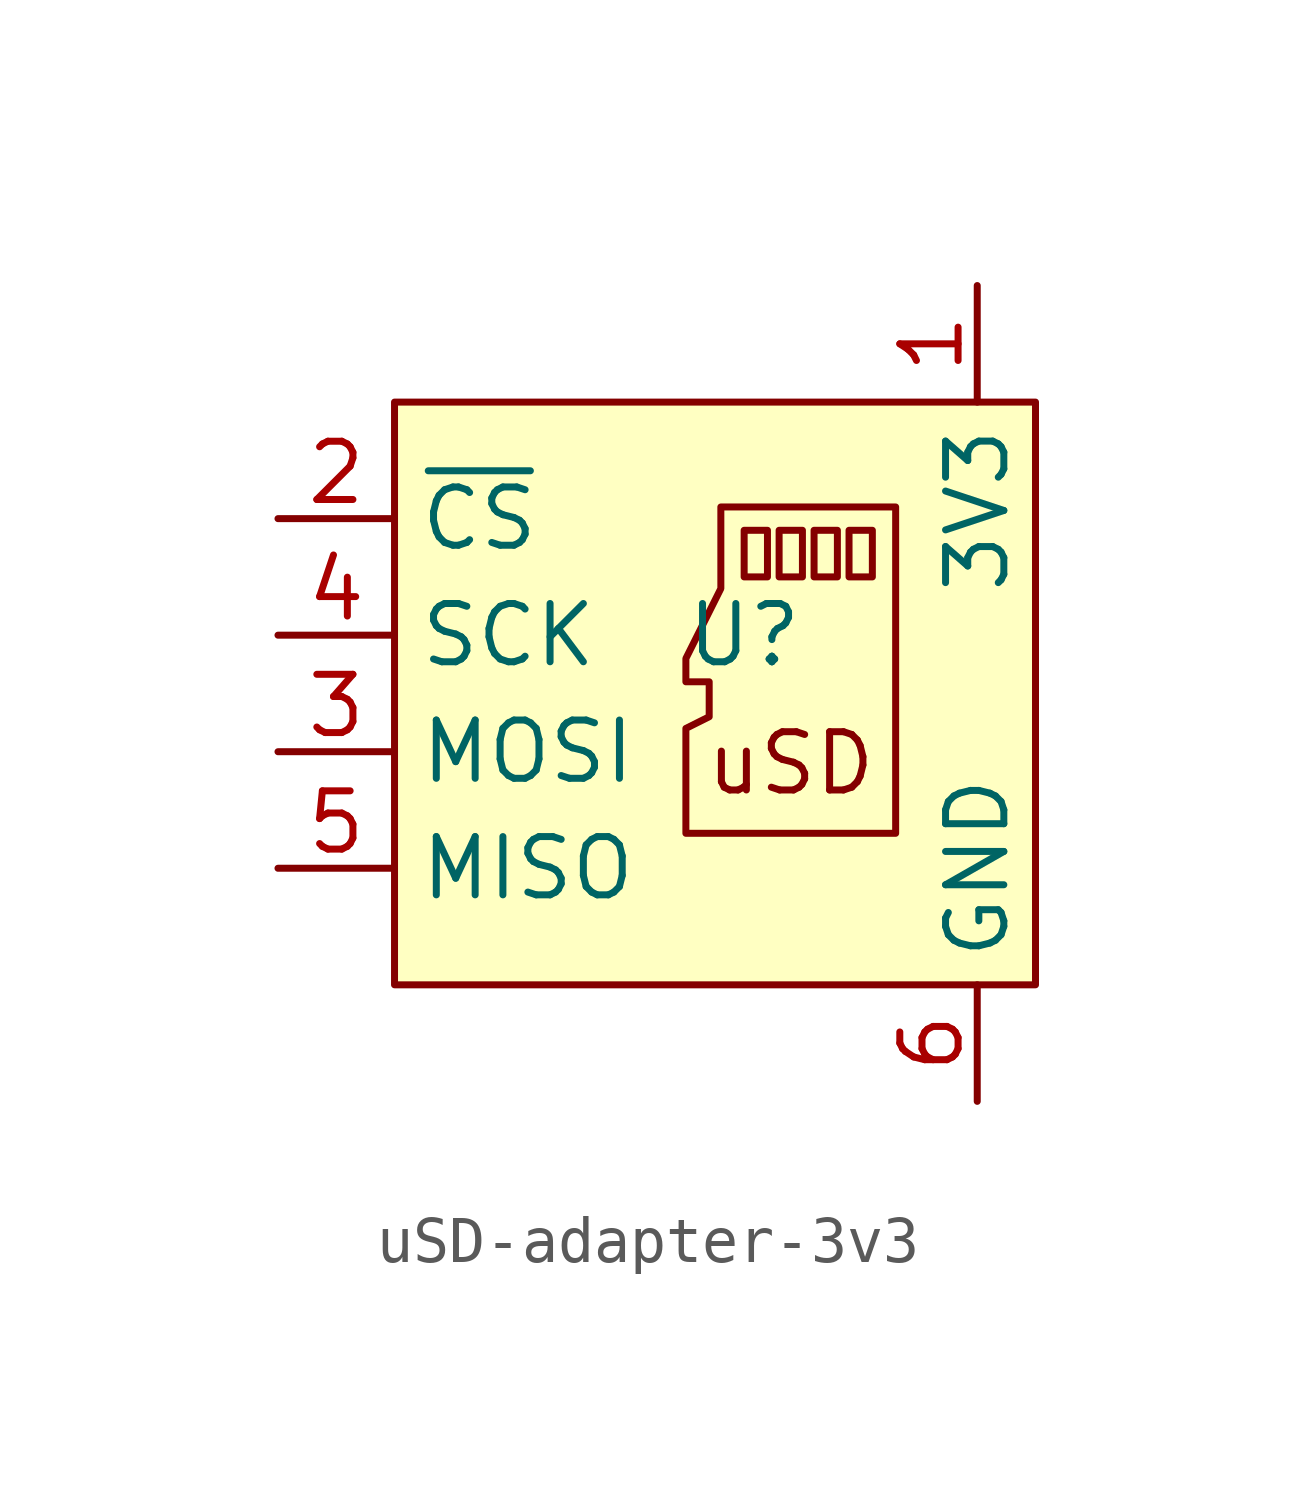
<source format=kicad_sym>
(kicad_symbol_lib
  (version 20231120)
  (generator "kicad_symbol_editor")
  (generator_version "8.0")
  (symbol "uSD-adapter-3v3"
    (property "Reference" "U"
      (at 0 0 0)
      (effects (font (size 1.27 1.27))))
    (property "Value" ""
      (at 0 0 0)
      (effects (font (size 1.27 1.27))))
    (symbol "uSD-adapter-3v3_0_1"
      (polyline (pts (xy 0 2.286) (xy 0 1.27) (xy 0.508 1.27) (xy 0.508 2.286) (xy 0 2.286)) (stroke (width 0) (type default)) (fill (type none)))
      (polyline (pts (xy 0.762 2.286) (xy 0.762 1.27) (xy 1.27 1.27) (xy 1.27 2.286) (xy 0.762 2.286)) (stroke (width 0) (type default)) (fill (type none)))
      (polyline (pts (xy 1.524 2.286) (xy 1.524 1.27) (xy 2.032 1.27) (xy 2.032 2.286) (xy 1.524 2.286)) (stroke (width 0) (type default)) (fill (type none)))
      (polyline (pts (xy 2.286 2.286) (xy 2.286 1.27) (xy 2.794 1.27) (xy 2.794 2.286) (xy 2.286 2.286)) (stroke (width 0) (type default)) (fill (type none)))
      (polyline (pts (xy 0.508 2.794) (xy 3.302 2.794) (xy 3.302 -4.318) (xy -1.27 -4.318) (xy -1.27 -2.032) (xy -0.762 -1.778) (xy -0.762 -1.016) (xy -1.27 -1.016) (xy -1.27 -0.508) (xy -0.508 1.016) (xy -0.508 2.794) (xy 0.508 2.794)) (stroke (width 0) (type default)) (fill (type none))))
    (symbol "uSD-adapter-3v3_1_1"
      (rectangle (start -7.62 5.08) (end 6.35 -7.62) (stroke (width 0) (type default)) (fill (type background)))
      (text "uSD" (at 1.016 -2.794 0) (effects (font (size 1.27 1.27))))
      (pin power_in line (at 5.08 7.62 270) (length 2.54) (name "3V3" (effects (font (size 1.27 1.27)))) (number "1" (effects (font (size 1.27 1.27)))))
      (pin input line (at -10.16 2.54 0) (length 2.54) (name "~{CS}" (effects (font (size 1.27 1.27)))) (number "2" (effects (font (size 1.27 1.27)))))
      (pin input line (at -10.16 -2.54 0) (length 2.54) (name "MOSI" (effects (font (size 1.27 1.27)))) (number "3" (effects (font (size 1.27 1.27)))))
      (pin input line (at -10.16 0 0) (length 2.54) (name "SCK" (effects (font (size 1.27 1.27)))) (number "4" (effects (font (size 1.27 1.27)))))
      (pin output line (at -10.16 -5.08 0) (length 2.54) (name "MISO" (effects (font (size 1.27 1.27)))) (number "5" (effects (font (size 1.27 1.27)))))
      (pin power_in line (at 5.08 -10.16 90) (length 2.54) (name "GND" (effects (font (size 1.27 1.27)))) (number "6" (effects (font (size 1.27 1.27))))))))
</source>
